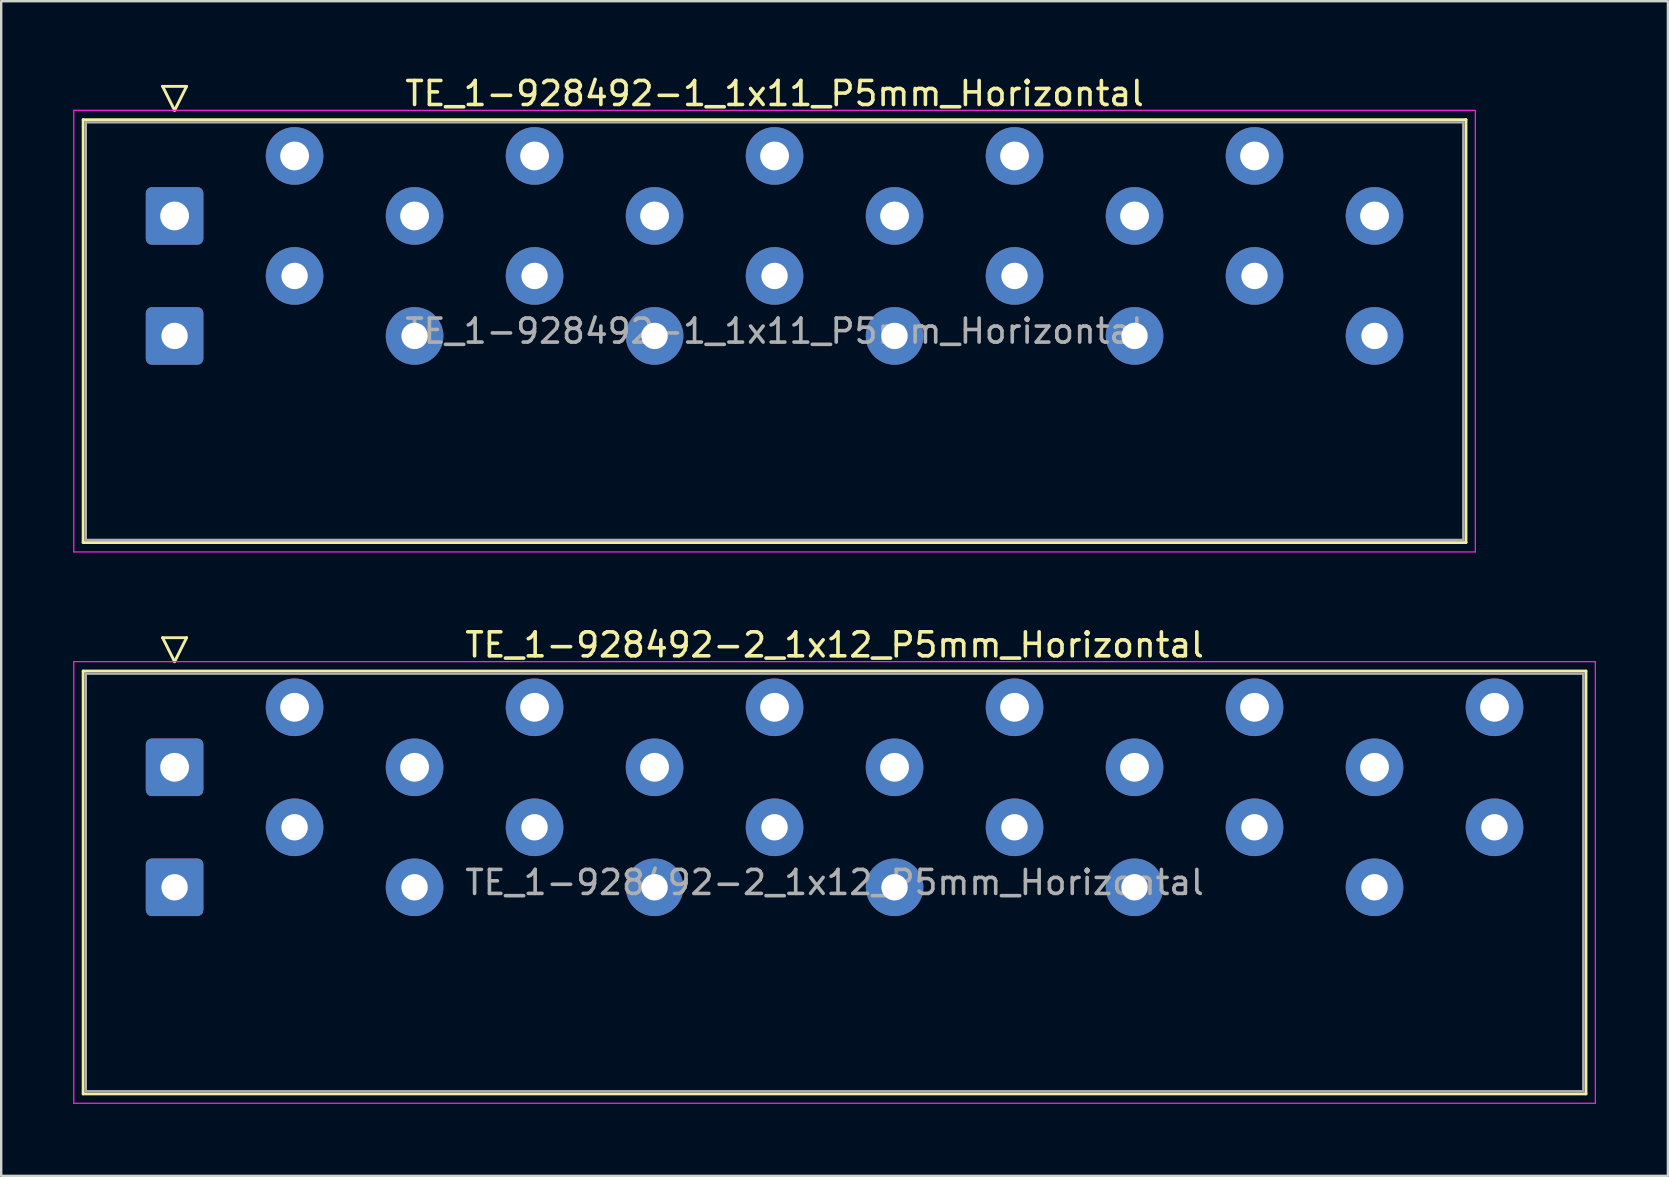
<source format=kicad_pcb>
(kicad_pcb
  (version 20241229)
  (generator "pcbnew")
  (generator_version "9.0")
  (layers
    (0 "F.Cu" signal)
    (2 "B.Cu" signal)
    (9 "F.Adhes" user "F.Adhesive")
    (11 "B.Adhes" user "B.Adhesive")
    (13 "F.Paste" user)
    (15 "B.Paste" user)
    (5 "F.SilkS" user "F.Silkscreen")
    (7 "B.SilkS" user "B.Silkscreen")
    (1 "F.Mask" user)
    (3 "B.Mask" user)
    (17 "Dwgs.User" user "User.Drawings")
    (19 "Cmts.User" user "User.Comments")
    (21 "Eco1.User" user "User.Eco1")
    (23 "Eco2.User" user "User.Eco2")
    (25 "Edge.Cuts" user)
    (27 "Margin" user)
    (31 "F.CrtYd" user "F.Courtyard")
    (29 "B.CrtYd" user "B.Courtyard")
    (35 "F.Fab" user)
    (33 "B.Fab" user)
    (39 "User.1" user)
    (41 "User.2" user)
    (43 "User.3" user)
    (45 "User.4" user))
  (footprint "TE_1-928492-2_1x12_P5mm_Horizontal"
    (layer "F.Cu")
    (at 4.225 28.922)
    (property "Reference" "TE_1-928492-2_1x12_P5mm_Horizontal" (at 27.5 -5.1 0) (layer "F.SilkS") (effects (font (size 1 1) (thickness 0.15))))
    (attr through_hole)
    (fp_line (start -3.81 -4.01) (end 58.81 -4.01) (stroke (width 0.12) (type solid)) (layer "F.SilkS"))
    (fp_line (start -3.81 13.61) (end -3.81 -4.01) (stroke (width 0.12) (type solid)) (layer "F.SilkS"))
    (fp_line (start -0.5 -5.4) (end 0.5 -5.4) (stroke (width 0.12) (type solid)) (layer "F.SilkS"))
    (fp_line (start 0 -4.4) (end -0.5 -5.4) (stroke (width 0.12) (type solid)) (layer "F.SilkS"))
    (fp_line (start 0.5 -5.4) (end 0 -4.4) (stroke (width 0.12) (type solid)) (layer "F.SilkS"))
    (fp_line (start 58.81 -4.01) (end 58.81 13.61) (stroke (width 0.12) (type solid)) (layer "F.SilkS"))
    (fp_line (start 58.81 13.61) (end -3.81 13.61) (stroke (width 0.12) (type solid)) (layer "F.SilkS"))
    (fp_line (start -4.2 -4.4) (end 59.2 -4.4) (stroke (width 0.05) (type solid)) (layer "F.CrtYd"))
    (fp_line (start -4.2 14) (end -4.2 -4.4) (stroke (width 0.05) (type solid)) (layer "F.CrtYd"))
    (fp_line (start 59.2 -4.4) (end 59.2 14) (stroke (width 0.05) (type solid)) (layer "F.CrtYd"))
    (fp_line (start 59.2 14) (end -4.2 14) (stroke (width 0.05) (type solid)) (layer "F.CrtYd"))
    (fp_line (start -3.7 -3.9) (end 58.7 -3.9) (stroke (width 0.1) (type solid)) (layer "F.Fab"))
    (fp_line (start -3.7 13.5) (end -3.7 -3.9) (stroke (width 0.1) (type solid)) (layer "F.Fab"))
    (fp_line (start 58.7 -3.9) (end 58.7 13.5) (stroke (width 0.1) (type solid)) (layer "F.Fab"))
    (fp_line (start 58.7 13.5) (end -3.7 13.5) (stroke (width 0.1) (type solid)) (layer "F.Fab"))
    (fp_text user "${REFERENCE}" (at 27.5 4.8 0) (layer "F.Fab") (effects (font (size 1 1) (thickness 0.15))))
    (pad "1" thru_hole roundrect (at 0 0) (size 2.4 2.4) (drill 1.2) (layers "*.Cu" "*.Mask") (roundrect_rratio 0.104))
    (pad "1" thru_hole roundrect (at 0 5) (size 2.4 2.4) (drill 1.1) (layers "*.Cu" "*.Mask") (roundrect_rratio 0.104))
    (pad "2" thru_hole circle (at 5 -2.5) (size 2.4 2.4) (drill 1.2) (layers "*.Cu" "*.Mask"))
    (pad "2" thru_hole circle (at 5 2.5) (size 2.4 2.4) (drill 1.1) (layers "*.Cu" "*.Mask"))
    (pad "3" thru_hole circle (at 10 0) (size 2.4 2.4) (drill 1.2) (layers "*.Cu" "*.Mask"))
    (pad "3" thru_hole circle (at 10 5) (size 2.4 2.4) (drill 1.1) (layers "*.Cu" "*.Mask"))
    (pad "4" thru_hole circle (at 15 -2.5) (size 2.4 2.4) (drill 1.2) (layers "*.Cu" "*.Mask"))
    (pad "4" thru_hole circle (at 15 2.5) (size 2.4 2.4) (drill 1.1) (layers "*.Cu" "*.Mask"))
    (pad "5" thru_hole circle (at 20 0) (size 2.4 2.4) (drill 1.2) (layers "*.Cu" "*.Mask"))
    (pad "5" thru_hole circle (at 20 5) (size 2.4 2.4) (drill 1.1) (layers "*.Cu" "*.Mask"))
    (pad "6" thru_hole circle (at 25 -2.5) (size 2.4 2.4) (drill 1.2) (layers "*.Cu" "*.Mask"))
    (pad "6" thru_hole circle (at 25 2.5) (size 2.4 2.4) (drill 1.1) (layers "*.Cu" "*.Mask"))
    (pad "7" thru_hole circle (at 30 0) (size 2.4 2.4) (drill 1.2) (layers "*.Cu" "*.Mask"))
    (pad "7" thru_hole circle (at 30 5) (size 2.4 2.4) (drill 1.1) (layers "*.Cu" "*.Mask"))
    (pad "8" thru_hole circle (at 35 -2.5) (size 2.4 2.4) (drill 1.2) (layers "*.Cu" "*.Mask"))
    (pad "8" thru_hole circle (at 35 2.5) (size 2.4 2.4) (drill 1.1) (layers "*.Cu" "*.Mask"))
    (pad "9" thru_hole circle (at 40 0) (size 2.4 2.4) (drill 1.2) (layers "*.Cu" "*.Mask"))
    (pad "9" thru_hole circle (at 40 5) (size 2.4 2.4) (drill 1.1) (layers "*.Cu" "*.Mask"))
    (pad "10" thru_hole circle (at 45 -2.5) (size 2.4 2.4) (drill 1.2) (layers "*.Cu" "*.Mask"))
    (pad "10" thru_hole circle (at 45 2.5) (size 2.4 2.4) (drill 1.1) (layers "*.Cu" "*.Mask"))
    (pad "11" thru_hole circle (at 50 0) (size 2.4 2.4) (drill 1.2) (layers "*.Cu" "*.Mask"))
    (pad "11" thru_hole circle (at 50 5) (size 2.4 2.4) (drill 1.1) (layers "*.Cu" "*.Mask"))
    (pad "12" thru_hole circle (at 55 -2.5) (size 2.4 2.4) (drill 1.2) (layers "*.Cu" "*.Mask"))
    (pad "12" thru_hole circle (at 55 2.5) (size 2.4 2.4) (drill 1.1) (layers "*.Cu" "*.Mask")))
  (footprint "TE_1-928492-1_1x11_P5mm_Horizontal"
    (layer "F.Cu")
    (at 4.225 5.948)
    (property "Reference" "TE_1-928492-1_1x11_P5mm_Horizontal" (at 25 -5.1 0) (layer "F.SilkS") (effects (font (size 1 1) (thickness 0.15))))
    (attr through_hole)
    (fp_line (start -3.81 -4.01) (end 53.81 -4.01) (stroke (width 0.12) (type solid)) (layer "F.SilkS"))
    (fp_line (start -3.81 13.61) (end -3.81 -4.01) (stroke (width 0.12) (type solid)) (layer "F.SilkS"))
    (fp_line (start -0.5 -5.4) (end 0.5 -5.4) (stroke (width 0.12) (type solid)) (layer "F.SilkS"))
    (fp_line (start 0 -4.4) (end -0.5 -5.4) (stroke (width 0.12) (type solid)) (layer "F.SilkS"))
    (fp_line (start 0.5 -5.4) (end 0 -4.4) (stroke (width 0.12) (type solid)) (layer "F.SilkS"))
    (fp_line (start 53.81 -4.01) (end 53.81 13.61) (stroke (width 0.12) (type solid)) (layer "F.SilkS"))
    (fp_line (start 53.81 13.61) (end -3.81 13.61) (stroke (width 0.12) (type solid)) (layer "F.SilkS"))
    (fp_line (start -4.2 -4.4) (end 54.2 -4.4) (stroke (width 0.05) (type solid)) (layer "F.CrtYd"))
    (fp_line (start -4.2 14) (end -4.2 -4.4) (stroke (width 0.05) (type solid)) (layer "F.CrtYd"))
    (fp_line (start 54.2 -4.4) (end 54.2 14) (stroke (width 0.05) (type solid)) (layer "F.CrtYd"))
    (fp_line (start 54.2 14) (end -4.2 14) (stroke (width 0.05) (type solid)) (layer "F.CrtYd"))
    (fp_line (start -3.7 -3.9) (end 53.7 -3.9) (stroke (width 0.1) (type solid)) (layer "F.Fab"))
    (fp_line (start -3.7 13.5) (end -3.7 -3.9) (stroke (width 0.1) (type solid)) (layer "F.Fab"))
    (fp_line (start 53.7 -3.9) (end 53.7 13.5) (stroke (width 0.1) (type solid)) (layer "F.Fab"))
    (fp_line (start 53.7 13.5) (end -3.7 13.5) (stroke (width 0.1) (type solid)) (layer "F.Fab"))
    (fp_text user "${REFERENCE}" (at 25 4.8 0) (layer "F.Fab") (effects (font (size 1 1) (thickness 0.15))))
    (pad "1" thru_hole roundrect (at 0 0) (size 2.4 2.4) (drill 1.2) (layers "*.Cu" "*.Mask") (roundrect_rratio 0.104))
    (pad "1" thru_hole roundrect (at 0 5) (size 2.4 2.4) (drill 1.1) (layers "*.Cu" "*.Mask") (roundrect_rratio 0.104))
    (pad "2" thru_hole circle (at 5 -2.5) (size 2.4 2.4) (drill 1.2) (layers "*.Cu" "*.Mask"))
    (pad "2" thru_hole circle (at 5 2.5) (size 2.4 2.4) (drill 1.1) (layers "*.Cu" "*.Mask"))
    (pad "3" thru_hole circle (at 10 0) (size 2.4 2.4) (drill 1.2) (layers "*.Cu" "*.Mask"))
    (pad "3" thru_hole circle (at 10 5) (size 2.4 2.4) (drill 1.1) (layers "*.Cu" "*.Mask"))
    (pad "4" thru_hole circle (at 15 -2.5) (size 2.4 2.4) (drill 1.2) (layers "*.Cu" "*.Mask"))
    (pad "4" thru_hole circle (at 15 2.5) (size 2.4 2.4) (drill 1.1) (layers "*.Cu" "*.Mask"))
    (pad "5" thru_hole circle (at 20 0) (size 2.4 2.4) (drill 1.2) (layers "*.Cu" "*.Mask"))
    (pad "5" thru_hole circle (at 20 5) (size 2.4 2.4) (drill 1.1) (layers "*.Cu" "*.Mask"))
    (pad "6" thru_hole circle (at 25 -2.5) (size 2.4 2.4) (drill 1.2) (layers "*.Cu" "*.Mask"))
    (pad "6" thru_hole circle (at 25 2.5) (size 2.4 2.4) (drill 1.1) (layers "*.Cu" "*.Mask"))
    (pad "7" thru_hole circle (at 30 0) (size 2.4 2.4) (drill 1.2) (layers "*.Cu" "*.Mask"))
    (pad "7" thru_hole circle (at 30 5) (size 2.4 2.4) (drill 1.1) (layers "*.Cu" "*.Mask"))
    (pad "8" thru_hole circle (at 35 -2.5) (size 2.4 2.4) (drill 1.2) (layers "*.Cu" "*.Mask"))
    (pad "8" thru_hole circle (at 35 2.5) (size 2.4 2.4) (drill 1.1) (layers "*.Cu" "*.Mask"))
    (pad "9" thru_hole circle (at 40 0) (size 2.4 2.4) (drill 1.2) (layers "*.Cu" "*.Mask"))
    (pad "9" thru_hole circle (at 40 5) (size 2.4 2.4) (drill 1.1) (layers "*.Cu" "*.Mask"))
    (pad "10" thru_hole circle (at 45 -2.5) (size 2.4 2.4) (drill 1.2) (layers "*.Cu" "*.Mask"))
    (pad "10" thru_hole circle (at 45 2.5) (size 2.4 2.4) (drill 1.1) (layers "*.Cu" "*.Mask"))
    (pad "11" thru_hole circle (at 50 0) (size 2.4 2.4) (drill 1.2) (layers "*.Cu" "*.Mask"))
    (pad "11" thru_hole circle (at 50 5) (size 2.4 2.4) (drill 1.1) (layers "*.Cu" "*.Mask")))
  (gr_rect
    (start -3 -3)
    (end 66.45 45.947)
    (stroke (width 0.1) (type default))
    (fill no)
    (layer "Edge.Cuts")))
</source>
